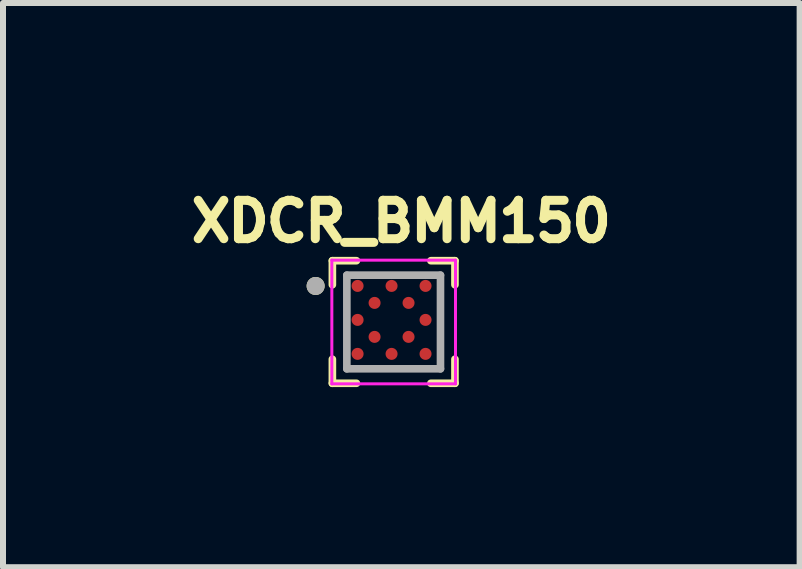
<source format=kicad_pcb>
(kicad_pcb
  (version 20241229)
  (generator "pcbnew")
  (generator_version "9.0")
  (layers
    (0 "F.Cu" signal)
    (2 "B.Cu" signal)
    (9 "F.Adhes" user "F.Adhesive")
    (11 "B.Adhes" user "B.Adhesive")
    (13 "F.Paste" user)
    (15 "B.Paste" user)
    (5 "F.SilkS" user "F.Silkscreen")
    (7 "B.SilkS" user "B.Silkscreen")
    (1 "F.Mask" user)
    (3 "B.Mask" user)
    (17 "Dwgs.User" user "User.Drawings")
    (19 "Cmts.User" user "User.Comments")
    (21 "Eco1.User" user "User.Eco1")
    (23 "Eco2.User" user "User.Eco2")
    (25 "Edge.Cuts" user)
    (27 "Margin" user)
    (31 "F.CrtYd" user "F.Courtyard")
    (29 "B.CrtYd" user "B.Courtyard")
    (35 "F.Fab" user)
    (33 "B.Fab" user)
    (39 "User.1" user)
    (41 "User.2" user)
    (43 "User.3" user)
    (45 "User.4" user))
  (footprint "XDCR_BMM150"
    (layer "F.Cu")
    (at 3.508 2.314)
    (property "Reference" "XDCR_BMM150" (at 0.127 -1.676 0) (layer "F.SilkS") (effects (font (size 0.64 0.64) (thickness 0.15))))
    (attr through_hole)
    (fp_line (start -1.021 -1.021) (end -1.021 -0.62) (stroke (width 0.127) (type solid)) (layer "F.SilkS"))
    (fp_line (start -1.021 1.021) (end -1.021 0.62) (stroke (width 0.127) (type solid)) (layer "F.SilkS"))
    (fp_line (start -0.62 -1.021) (end -1.021 -1.021) (stroke (width 0.127) (type solid)) (layer "F.SilkS"))
    (fp_line (start -0.62 1.021) (end -1.021 1.021) (stroke (width 0.127) (type solid)) (layer "F.SilkS"))
    (fp_line (start 0.62 -1.021) (end 1.021 -1.021) (stroke (width 0.127) (type solid)) (layer "F.SilkS"))
    (fp_line (start 0.62 1.021) (end 1.021 1.021) (stroke (width 0.127) (type solid)) (layer "F.SilkS"))
    (fp_line (start 1.021 -1.021) (end 1.021 -0.62) (stroke (width 0.127) (type solid)) (layer "F.SilkS"))
    (fp_line (start 1.021 1.021) (end 1.021 0.62) (stroke (width 0.127) (type solid)) (layer "F.SilkS"))
    (fp_circle (center -1.3 -0.6) (end -1.225 -0.6) (stroke (width 0.15) (type solid)) (fill no) (layer "F.SilkS"))
    (fp_line (start -1.03 -1.03) (end -1.03 1.03) (stroke (width 0.05) (type solid)) (layer "F.CrtYd"))
    (fp_line (start -1.03 1.03) (end 1.03 1.03) (stroke (width 0.05) (type solid)) (layer "F.CrtYd"))
    (fp_line (start 1.03 -1.03) (end -1.03 -1.03) (stroke (width 0.05) (type solid)) (layer "F.CrtYd"))
    (fp_line (start 1.03 1.03) (end 1.03 -1.03) (stroke (width 0.05) (type solid)) (layer "F.CrtYd"))
    (fp_line (start -0.78 -0.78) (end -0.78 0.78) (stroke (width 0.127) (type solid)) (layer "F.Fab"))
    (fp_line (start -0.78 0.78) (end 0.78 0.78) (stroke (width 0.127) (type solid)) (layer "F.Fab"))
    (fp_line (start 0.78 -0.78) (end -0.78 -0.78) (stroke (width 0.127) (type solid)) (layer "F.Fab"))
    (fp_line (start 0.78 0.78) (end 0.78 -0.78) (stroke (width 0.127) (type solid)) (layer "F.Fab"))
    (fp_circle (center -1.3 -0.6) (end -1.225 -0.6) (stroke (width 0.15) (type solid)) (fill no) (layer "F.Fab"))
    (pad "A1" smd circle (at -0.601 -0.601) (size 0.2 0.2) (layers "F.Cu" "F.Mask" "F.Paste"))
    (pad "A3" smd circle (at -0.035 -0.601) (size 0.2 0.2) (layers "F.Cu" "F.Mask" "F.Paste"))
    (pad "A5" smd circle (at 0.531 -0.601) (size 0.2 0.2) (layers "F.Cu" "F.Mask" "F.Paste"))
    (pad "B2" smd circle (at -0.318 -0.318) (size 0.2 0.2) (layers "F.Cu" "F.Mask" "F.Paste"))
    (pad "B4" smd circle (at 0.248 -0.318) (size 0.2 0.2) (layers "F.Cu" "F.Mask" "F.Paste"))
    (pad "C1" smd circle (at -0.601 -0.035) (size 0.2 0.2) (layers "F.Cu" "F.Mask" "F.Paste"))
    (pad "C5" smd circle (at 0.531 -0.035) (size 0.2 0.2) (layers "F.Cu" "F.Mask" "F.Paste"))
    (pad "D2" smd circle (at -0.318 0.248) (size 0.2 0.2) (layers "F.Cu" "F.Mask" "F.Paste"))
    (pad "D4" smd circle (at 0.248 0.248) (size 0.2 0.2) (layers "F.Cu" "F.Mask" "F.Paste"))
    (pad "E1" smd circle (at -0.601 0.531) (size 0.2 0.2) (layers "F.Cu" "F.Mask" "F.Paste"))
    (pad "E3" smd circle (at -0.035 0.531) (size 0.2 0.2) (layers "F.Cu" "F.Mask" "F.Paste"))
    (pad "E5" smd circle (at 0.531 0.531) (size 0.2 0.2) (layers "F.Cu" "F.Mask" "F.Paste")))
  (gr_rect
    (start -3 -3)
    (end 10.271 6.399)
    (stroke (width 0.1) (type default))
    (fill no)
    (layer "Edge.Cuts")))
</source>
